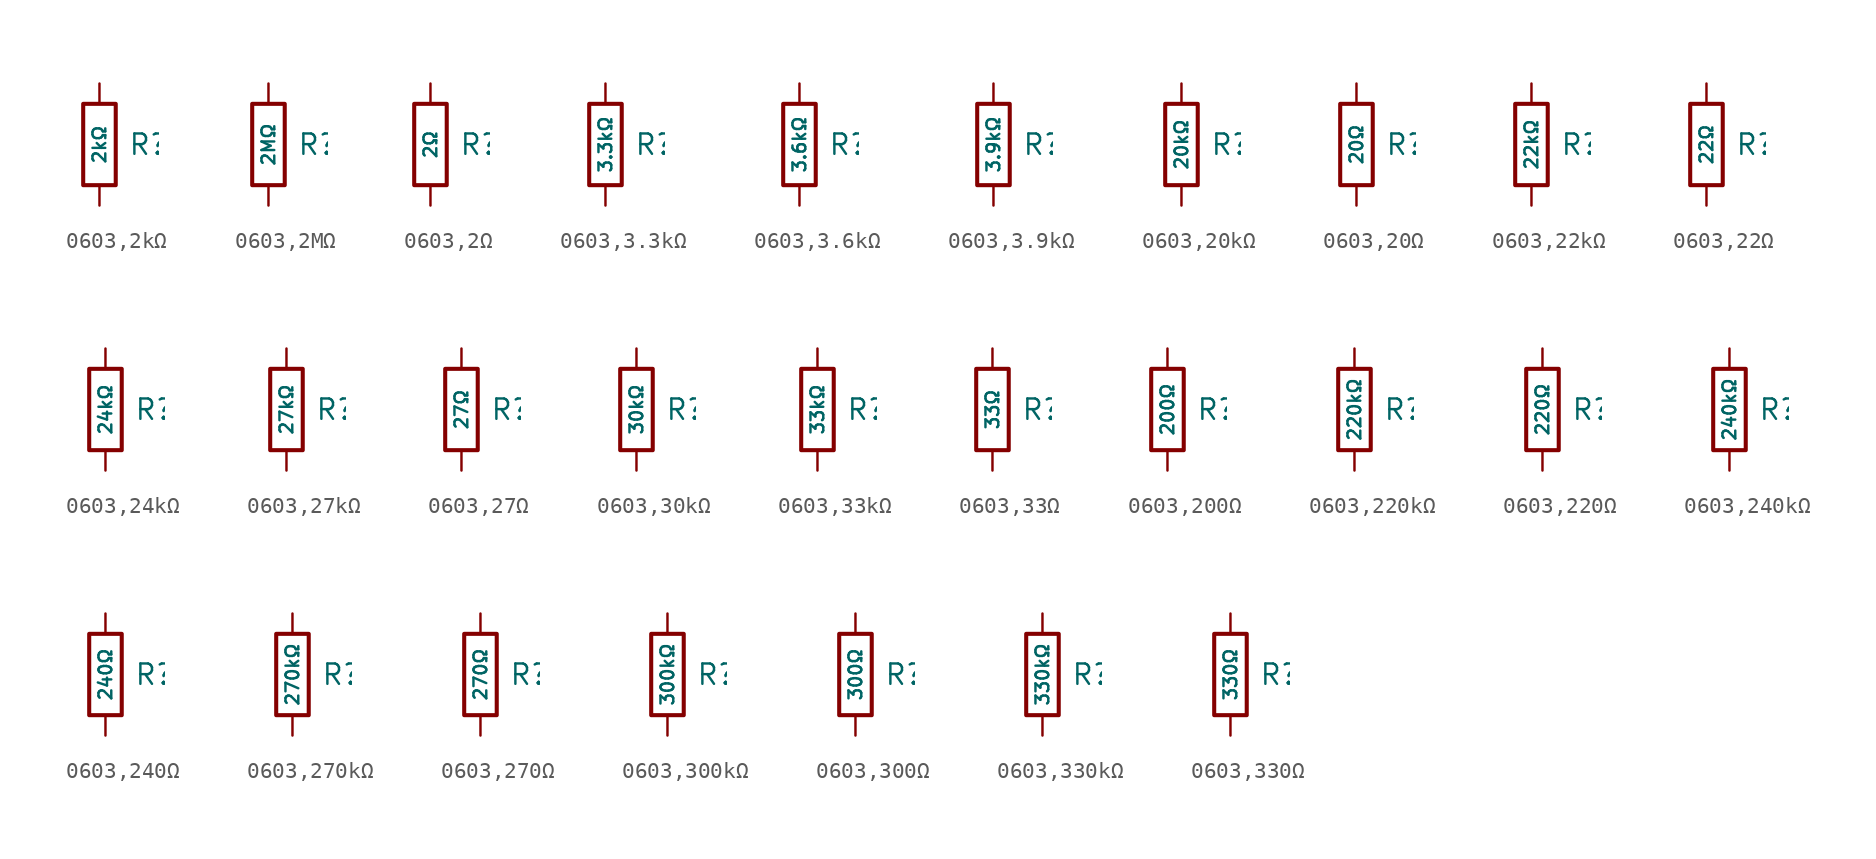
<source format=kicad_sym>
(kicad_symbol_lib
  (version 20231120)
  (generator "CDFER")
  (generator_version "8.0")
  (symbol "0603,2kΩ"
    (pin_numbers hide)
    (pin_names
      (offset 0))
    (property "Reference" "R"
      (at 1.778 0 0)
      (effects (font (size 1.27 1.27)) (justify left)))
    (property "Value" "2kΩ"
      (at 0 0 90)
      (do_not_autoplace)
      (effects (font (size 0.8 0.8))))
    (symbol "0603,2kΩ_0_1"
      (rectangle (start -1.016 2.54) (end 1.016 -2.54) (stroke (width 0.254) (type default)) (fill (type none))))
    (symbol "0603,2kΩ_1_1"
      (pin passive line (at 0 3.81 270) (length 1.27) (name "~" (effects (font (size 1.27 1.27)))) (number "1" (effects (font (size 1.27 1.27)))))
      (pin passive line (at 0 -3.81 90) (length 1.27) (name "~" (effects (font (size 1.27 1.27)))) (number "2" (effects (font (size 1.27 1.27)))))))
  (symbol "0603,2MΩ"
    (pin_numbers hide)
    (pin_names
      (offset 0))
    (property "Reference" "R"
      (at 1.778 0 0)
      (effects (font (size 1.27 1.27)) (justify left)))
    (property "Value" "2MΩ"
      (at 0 0 90)
      (do_not_autoplace)
      (effects (font (size 0.8 0.8))))
    (symbol "0603,2MΩ_0_1"
      (rectangle (start -1.016 2.54) (end 1.016 -2.54) (stroke (width 0.254) (type default)) (fill (type none))))
    (symbol "0603,2MΩ_1_1"
      (pin passive line (at 0 3.81 270) (length 1.27) (name "~" (effects (font (size 1.27 1.27)))) (number "1" (effects (font (size 1.27 1.27)))))
      (pin passive line (at 0 -3.81 90) (length 1.27) (name "~" (effects (font (size 1.27 1.27)))) (number "2" (effects (font (size 1.27 1.27)))))))
  (symbol "0603,2Ω"
    (pin_numbers hide)
    (pin_names
      (offset 0))
    (property "Reference" "R"
      (at 1.778 0 0)
      (effects (font (size 1.27 1.27)) (justify left)))
    (property "Value" "2Ω"
      (at 0 0 90)
      (do_not_autoplace)
      (effects (font (size 0.8 0.8))))
    (symbol "0603,2Ω_0_1"
      (rectangle (start -1.016 2.54) (end 1.016 -2.54) (stroke (width 0.254) (type default)) (fill (type none))))
    (symbol "0603,2Ω_1_1"
      (pin passive line (at 0 3.81 270) (length 1.27) (name "~" (effects (font (size 1.27 1.27)))) (number "1" (effects (font (size 1.27 1.27)))))
      (pin passive line (at 0 -3.81 90) (length 1.27) (name "~" (effects (font (size 1.27 1.27)))) (number "2" (effects (font (size 1.27 1.27)))))))
  (symbol "0603,3.3kΩ"
    (pin_numbers hide)
    (pin_names
      (offset 0))
    (property "Reference" "R"
      (at 1.778 0 0)
      (effects (font (size 1.27 1.27)) (justify left)))
    (property "Value" "3.3kΩ"
      (at 0 0 90)
      (do_not_autoplace)
      (effects (font (size 0.8 0.8))))
    (symbol "0603,3.3kΩ_0_1"
      (rectangle (start -1.016 2.54) (end 1.016 -2.54) (stroke (width 0.254) (type default)) (fill (type none))))
    (symbol "0603,3.3kΩ_1_1"
      (pin passive line (at 0 3.81 270) (length 1.27) (name "~" (effects (font (size 1.27 1.27)))) (number "1" (effects (font (size 1.27 1.27)))))
      (pin passive line (at 0 -3.81 90) (length 1.27) (name "~" (effects (font (size 1.27 1.27)))) (number "2" (effects (font (size 1.27 1.27)))))))
  (symbol "0603,3.6kΩ"
    (pin_numbers hide)
    (pin_names
      (offset 0))
    (property "Reference" "R"
      (at 1.778 0 0)
      (effects (font (size 1.27 1.27)) (justify left)))
    (property "Value" "3.6kΩ"
      (at 0 0 90)
      (do_not_autoplace)
      (effects (font (size 0.8 0.8))))
    (symbol "0603,3.6kΩ_0_1"
      (rectangle (start -1.016 2.54) (end 1.016 -2.54) (stroke (width 0.254) (type default)) (fill (type none))))
    (symbol "0603,3.6kΩ_1_1"
      (pin passive line (at 0 3.81 270) (length 1.27) (name "~" (effects (font (size 1.27 1.27)))) (number "1" (effects (font (size 1.27 1.27)))))
      (pin passive line (at 0 -3.81 90) (length 1.27) (name "~" (effects (font (size 1.27 1.27)))) (number "2" (effects (font (size 1.27 1.27)))))))
  (symbol "0603,3.9kΩ"
    (pin_numbers hide)
    (pin_names
      (offset 0))
    (property "Reference" "R"
      (at 1.778 0 0)
      (effects (font (size 1.27 1.27)) (justify left)))
    (property "Value" "3.9kΩ"
      (at 0 0 90)
      (do_not_autoplace)
      (effects (font (size 0.8 0.8))))
    (symbol "0603,3.9kΩ_0_1"
      (rectangle (start -1.016 2.54) (end 1.016 -2.54) (stroke (width 0.254) (type default)) (fill (type none))))
    (symbol "0603,3.9kΩ_1_1"
      (pin passive line (at 0 3.81 270) (length 1.27) (name "~" (effects (font (size 1.27 1.27)))) (number "1" (effects (font (size 1.27 1.27)))))
      (pin passive line (at 0 -3.81 90) (length 1.27) (name "~" (effects (font (size 1.27 1.27)))) (number "2" (effects (font (size 1.27 1.27)))))))
  (symbol "0603,20kΩ"
    (pin_numbers hide)
    (pin_names
      (offset 0))
    (property "Reference" "R"
      (at 1.778 0 0)
      (effects (font (size 1.27 1.27)) (justify left)))
    (property "Value" "20kΩ"
      (at 0 0 90)
      (do_not_autoplace)
      (effects (font (size 0.8 0.8))))
    (symbol "0603,20kΩ_0_1"
      (rectangle (start -1.016 2.54) (end 1.016 -2.54) (stroke (width 0.254) (type default)) (fill (type none))))
    (symbol "0603,20kΩ_1_1"
      (pin passive line (at 0 3.81 270) (length 1.27) (name "~" (effects (font (size 1.27 1.27)))) (number "1" (effects (font (size 1.27 1.27)))))
      (pin passive line (at 0 -3.81 90) (length 1.27) (name "~" (effects (font (size 1.27 1.27)))) (number "2" (effects (font (size 1.27 1.27)))))))
  (symbol "0603,20Ω"
    (pin_numbers hide)
    (pin_names
      (offset 0))
    (property "Reference" "R"
      (at 1.778 0 0)
      (effects (font (size 1.27 1.27)) (justify left)))
    (property "Value" "20Ω"
      (at 0 0 90)
      (do_not_autoplace)
      (effects (font (size 0.8 0.8))))
    (symbol "0603,20Ω_0_1"
      (rectangle (start -1.016 2.54) (end 1.016 -2.54) (stroke (width 0.254) (type default)) (fill (type none))))
    (symbol "0603,20Ω_1_1"
      (pin passive line (at 0 3.81 270) (length 1.27) (name "~" (effects (font (size 1.27 1.27)))) (number "1" (effects (font (size 1.27 1.27)))))
      (pin passive line (at 0 -3.81 90) (length 1.27) (name "~" (effects (font (size 1.27 1.27)))) (number "2" (effects (font (size 1.27 1.27)))))))
  (symbol "0603,22kΩ"
    (pin_numbers hide)
    (pin_names
      (offset 0))
    (property "Reference" "R"
      (at 1.778 0 0)
      (effects (font (size 1.27 1.27)) (justify left)))
    (property "Value" "22kΩ"
      (at 0 0 90)
      (do_not_autoplace)
      (effects (font (size 0.8 0.8))))
    (symbol "0603,22kΩ_0_1"
      (rectangle (start -1.016 2.54) (end 1.016 -2.54) (stroke (width 0.254) (type default)) (fill (type none))))
    (symbol "0603,22kΩ_1_1"
      (pin passive line (at 0 3.81 270) (length 1.27) (name "~" (effects (font (size 1.27 1.27)))) (number "1" (effects (font (size 1.27 1.27)))))
      (pin passive line (at 0 -3.81 90) (length 1.27) (name "~" (effects (font (size 1.27 1.27)))) (number "2" (effects (font (size 1.27 1.27)))))))
  (symbol "0603,22Ω"
    (pin_numbers hide)
    (pin_names
      (offset 0))
    (property "Reference" "R"
      (at 1.778 0 0)
      (effects (font (size 1.27 1.27)) (justify left)))
    (property "Value" "22Ω"
      (at 0 0 90)
      (do_not_autoplace)
      (effects (font (size 0.8 0.8))))
    (symbol "0603,22Ω_0_1"
      (rectangle (start -1.016 2.54) (end 1.016 -2.54) (stroke (width 0.254) (type default)) (fill (type none))))
    (symbol "0603,22Ω_1_1"
      (pin passive line (at 0 3.81 270) (length 1.27) (name "~" (effects (font (size 1.27 1.27)))) (number "1" (effects (font (size 1.27 1.27)))))
      (pin passive line (at 0 -3.81 90) (length 1.27) (name "~" (effects (font (size 1.27 1.27)))) (number "2" (effects (font (size 1.27 1.27)))))))
  (symbol "0603,24kΩ"
    (pin_numbers hide)
    (pin_names
      (offset 0))
    (property "Reference" "R"
      (at 1.778 0 0)
      (effects (font (size 1.27 1.27)) (justify left)))
    (property "Value" "24kΩ"
      (at 0 0 90)
      (do_not_autoplace)
      (effects (font (size 0.8 0.8))))
    (symbol "0603,24kΩ_0_1"
      (rectangle (start -1.016 2.54) (end 1.016 -2.54) (stroke (width 0.254) (type default)) (fill (type none))))
    (symbol "0603,24kΩ_1_1"
      (pin passive line (at 0 3.81 270) (length 1.27) (name "~" (effects (font (size 1.27 1.27)))) (number "1" (effects (font (size 1.27 1.27)))))
      (pin passive line (at 0 -3.81 90) (length 1.27) (name "~" (effects (font (size 1.27 1.27)))) (number "2" (effects (font (size 1.27 1.27)))))))
  (symbol "0603,27kΩ"
    (pin_numbers hide)
    (pin_names
      (offset 0))
    (property "Reference" "R"
      (at 1.778 0 0)
      (effects (font (size 1.27 1.27)) (justify left)))
    (property "Value" "27kΩ"
      (at 0 0 90)
      (do_not_autoplace)
      (effects (font (size 0.8 0.8))))
    (symbol "0603,27kΩ_0_1"
      (rectangle (start -1.016 2.54) (end 1.016 -2.54) (stroke (width 0.254) (type default)) (fill (type none))))
    (symbol "0603,27kΩ_1_1"
      (pin passive line (at 0 3.81 270) (length 1.27) (name "~" (effects (font (size 1.27 1.27)))) (number "1" (effects (font (size 1.27 1.27)))))
      (pin passive line (at 0 -3.81 90) (length 1.27) (name "~" (effects (font (size 1.27 1.27)))) (number "2" (effects (font (size 1.27 1.27)))))))
  (symbol "0603,27Ω"
    (pin_numbers hide)
    (pin_names
      (offset 0))
    (property "Reference" "R"
      (at 1.778 0 0)
      (effects (font (size 1.27 1.27)) (justify left)))
    (property "Value" "27Ω"
      (at 0 0 90)
      (do_not_autoplace)
      (effects (font (size 0.8 0.8))))
    (symbol "0603,27Ω_0_1"
      (rectangle (start -1.016 2.54) (end 1.016 -2.54) (stroke (width 0.254) (type default)) (fill (type none))))
    (symbol "0603,27Ω_1_1"
      (pin passive line (at 0 3.81 270) (length 1.27) (name "~" (effects (font (size 1.27 1.27)))) (number "1" (effects (font (size 1.27 1.27)))))
      (pin passive line (at 0 -3.81 90) (length 1.27) (name "~" (effects (font (size 1.27 1.27)))) (number "2" (effects (font (size 1.27 1.27)))))))
  (symbol "0603,30kΩ"
    (pin_numbers hide)
    (pin_names
      (offset 0))
    (property "Reference" "R"
      (at 1.778 0 0)
      (effects (font (size 1.27 1.27)) (justify left)))
    (property "Value" "30kΩ"
      (at 0 0 90)
      (do_not_autoplace)
      (effects (font (size 0.8 0.8))))
    (symbol "0603,30kΩ_0_1"
      (rectangle (start -1.016 2.54) (end 1.016 -2.54) (stroke (width 0.254) (type default)) (fill (type none))))
    (symbol "0603,30kΩ_1_1"
      (pin passive line (at 0 3.81 270) (length 1.27) (name "~" (effects (font (size 1.27 1.27)))) (number "1" (effects (font (size 1.27 1.27)))))
      (pin passive line (at 0 -3.81 90) (length 1.27) (name "~" (effects (font (size 1.27 1.27)))) (number "2" (effects (font (size 1.27 1.27)))))))
  (symbol "0603,33kΩ"
    (pin_numbers hide)
    (pin_names
      (offset 0))
    (property "Reference" "R"
      (at 1.778 0 0)
      (effects (font (size 1.27 1.27)) (justify left)))
    (property "Value" "33kΩ"
      (at 0 0 90)
      (do_not_autoplace)
      (effects (font (size 0.8 0.8))))
    (symbol "0603,33kΩ_0_1"
      (rectangle (start -1.016 2.54) (end 1.016 -2.54) (stroke (width 0.254) (type default)) (fill (type none))))
    (symbol "0603,33kΩ_1_1"
      (pin passive line (at 0 3.81 270) (length 1.27) (name "~" (effects (font (size 1.27 1.27)))) (number "1" (effects (font (size 1.27 1.27)))))
      (pin passive line (at 0 -3.81 90) (length 1.27) (name "~" (effects (font (size 1.27 1.27)))) (number "2" (effects (font (size 1.27 1.27)))))))
  (symbol "0603,33Ω"
    (pin_numbers hide)
    (pin_names
      (offset 0))
    (property "Reference" "R"
      (at 1.778 0 0)
      (effects (font (size 1.27 1.27)) (justify left)))
    (property "Value" "33Ω"
      (at 0 0 90)
      (do_not_autoplace)
      (effects (font (size 0.8 0.8))))
    (symbol "0603,33Ω_0_1"
      (rectangle (start -1.016 2.54) (end 1.016 -2.54) (stroke (width 0.254) (type default)) (fill (type none))))
    (symbol "0603,33Ω_1_1"
      (pin passive line (at 0 3.81 270) (length 1.27) (name "~" (effects (font (size 1.27 1.27)))) (number "1" (effects (font (size 1.27 1.27)))))
      (pin passive line (at 0 -3.81 90) (length 1.27) (name "~" (effects (font (size 1.27 1.27)))) (number "2" (effects (font (size 1.27 1.27)))))))
  (symbol "0603,200Ω"
    (pin_numbers hide)
    (pin_names
      (offset 0))
    (property "Reference" "R"
      (at 1.778 0 0)
      (effects (font (size 1.27 1.27)) (justify left)))
    (property "Value" "200Ω"
      (at 0 0 90)
      (do_not_autoplace)
      (effects (font (size 0.8 0.8))))
    (symbol "0603,200Ω_0_1"
      (rectangle (start -1.016 2.54) (end 1.016 -2.54) (stroke (width 0.254) (type default)) (fill (type none))))
    (symbol "0603,200Ω_1_1"
      (pin passive line (at 0 3.81 270) (length 1.27) (name "~" (effects (font (size 1.27 1.27)))) (number "1" (effects (font (size 1.27 1.27)))))
      (pin passive line (at 0 -3.81 90) (length 1.27) (name "~" (effects (font (size 1.27 1.27)))) (number "2" (effects (font (size 1.27 1.27)))))))
  (symbol "0603,220kΩ"
    (pin_numbers hide)
    (pin_names
      (offset 0))
    (property "Reference" "R"
      (at 1.778 0 0)
      (effects (font (size 1.27 1.27)) (justify left)))
    (property "Value" "220kΩ"
      (at 0 0 90)
      (do_not_autoplace)
      (effects (font (size 0.8 0.8))))
    (symbol "0603,220kΩ_0_1"
      (rectangle (start -1.016 2.54) (end 1.016 -2.54) (stroke (width 0.254) (type default)) (fill (type none))))
    (symbol "0603,220kΩ_1_1"
      (pin passive line (at 0 3.81 270) (length 1.27) (name "~" (effects (font (size 1.27 1.27)))) (number "1" (effects (font (size 1.27 1.27)))))
      (pin passive line (at 0 -3.81 90) (length 1.27) (name "~" (effects (font (size 1.27 1.27)))) (number "2" (effects (font (size 1.27 1.27)))))))
  (symbol "0603,220Ω"
    (pin_numbers hide)
    (pin_names
      (offset 0))
    (property "Reference" "R"
      (at 1.778 0 0)
      (effects (font (size 1.27 1.27)) (justify left)))
    (property "Value" "220Ω"
      (at 0 0 90)
      (do_not_autoplace)
      (effects (font (size 0.8 0.8))))
    (symbol "0603,220Ω_0_1"
      (rectangle (start -1.016 2.54) (end 1.016 -2.54) (stroke (width 0.254) (type default)) (fill (type none))))
    (symbol "0603,220Ω_1_1"
      (pin passive line (at 0 3.81 270) (length 1.27) (name "~" (effects (font (size 1.27 1.27)))) (number "1" (effects (font (size 1.27 1.27)))))
      (pin passive line (at 0 -3.81 90) (length 1.27) (name "~" (effects (font (size 1.27 1.27)))) (number "2" (effects (font (size 1.27 1.27)))))))
  (symbol "0603,240kΩ"
    (pin_numbers hide)
    (pin_names
      (offset 0))
    (property "Reference" "R"
      (at 1.778 0 0)
      (effects (font (size 1.27 1.27)) (justify left)))
    (property "Value" "240kΩ"
      (at 0 0 90)
      (do_not_autoplace)
      (effects (font (size 0.8 0.8))))
    (symbol "0603,240kΩ_0_1"
      (rectangle (start -1.016 2.54) (end 1.016 -2.54) (stroke (width 0.254) (type default)) (fill (type none))))
    (symbol "0603,240kΩ_1_1"
      (pin passive line (at 0 3.81 270) (length 1.27) (name "~" (effects (font (size 1.27 1.27)))) (number "1" (effects (font (size 1.27 1.27)))))
      (pin passive line (at 0 -3.81 90) (length 1.27) (name "~" (effects (font (size 1.27 1.27)))) (number "2" (effects (font (size 1.27 1.27)))))))
  (symbol "0603,240Ω"
    (pin_numbers hide)
    (pin_names
      (offset 0))
    (property "Reference" "R"
      (at 1.778 0 0)
      (effects (font (size 1.27 1.27)) (justify left)))
    (property "Value" "240Ω"
      (at 0 0 90)
      (do_not_autoplace)
      (effects (font (size 0.8 0.8))))
    (symbol "0603,240Ω_0_1"
      (rectangle (start -1.016 2.54) (end 1.016 -2.54) (stroke (width 0.254) (type default)) (fill (type none))))
    (symbol "0603,240Ω_1_1"
      (pin passive line (at 0 3.81 270) (length 1.27) (name "~" (effects (font (size 1.27 1.27)))) (number "1" (effects (font (size 1.27 1.27)))))
      (pin passive line (at 0 -3.81 90) (length 1.27) (name "~" (effects (font (size 1.27 1.27)))) (number "2" (effects (font (size 1.27 1.27)))))))
  (symbol "0603,270kΩ"
    (pin_numbers hide)
    (pin_names
      (offset 0))
    (property "Reference" "R"
      (at 1.778 0 0)
      (effects (font (size 1.27 1.27)) (justify left)))
    (property "Value" "270kΩ"
      (at 0 0 90)
      (do_not_autoplace)
      (effects (font (size 0.8 0.8))))
    (symbol "0603,270kΩ_0_1"
      (rectangle (start -1.016 2.54) (end 1.016 -2.54) (stroke (width 0.254) (type default)) (fill (type none))))
    (symbol "0603,270kΩ_1_1"
      (pin passive line (at 0 3.81 270) (length 1.27) (name "~" (effects (font (size 1.27 1.27)))) (number "1" (effects (font (size 1.27 1.27)))))
      (pin passive line (at 0 -3.81 90) (length 1.27) (name "~" (effects (font (size 1.27 1.27)))) (number "2" (effects (font (size 1.27 1.27)))))))
  (symbol "0603,270Ω"
    (pin_numbers hide)
    (pin_names
      (offset 0))
    (property "Reference" "R"
      (at 1.778 0 0)
      (effects (font (size 1.27 1.27)) (justify left)))
    (property "Value" "270Ω"
      (at 0 0 90)
      (do_not_autoplace)
      (effects (font (size 0.8 0.8))))
    (symbol "0603,270Ω_0_1"
      (rectangle (start -1.016 2.54) (end 1.016 -2.54) (stroke (width 0.254) (type default)) (fill (type none))))
    (symbol "0603,270Ω_1_1"
      (pin passive line (at 0 3.81 270) (length 1.27) (name "~" (effects (font (size 1.27 1.27)))) (number "1" (effects (font (size 1.27 1.27)))))
      (pin passive line (at 0 -3.81 90) (length 1.27) (name "~" (effects (font (size 1.27 1.27)))) (number "2" (effects (font (size 1.27 1.27)))))))
  (symbol "0603,300kΩ"
    (pin_numbers hide)
    (pin_names
      (offset 0))
    (property "Reference" "R"
      (at 1.778 0 0)
      (effects (font (size 1.27 1.27)) (justify left)))
    (property "Value" "300kΩ"
      (at 0 0 90)
      (do_not_autoplace)
      (effects (font (size 0.8 0.8))))
    (symbol "0603,300kΩ_0_1"
      (rectangle (start -1.016 2.54) (end 1.016 -2.54) (stroke (width 0.254) (type default)) (fill (type none))))
    (symbol "0603,300kΩ_1_1"
      (pin passive line (at 0 3.81 270) (length 1.27) (name "~" (effects (font (size 1.27 1.27)))) (number "1" (effects (font (size 1.27 1.27)))))
      (pin passive line (at 0 -3.81 90) (length 1.27) (name "~" (effects (font (size 1.27 1.27)))) (number "2" (effects (font (size 1.27 1.27)))))))
  (symbol "0603,300Ω"
    (pin_numbers hide)
    (pin_names
      (offset 0))
    (property "Reference" "R"
      (at 1.778 0 0)
      (effects (font (size 1.27 1.27)) (justify left)))
    (property "Value" "300Ω"
      (at 0 0 90)
      (do_not_autoplace)
      (effects (font (size 0.8 0.8))))
    (symbol "0603,300Ω_0_1"
      (rectangle (start -1.016 2.54) (end 1.016 -2.54) (stroke (width 0.254) (type default)) (fill (type none))))
    (symbol "0603,300Ω_1_1"
      (pin passive line (at 0 3.81 270) (length 1.27) (name "~" (effects (font (size 1.27 1.27)))) (number "1" (effects (font (size 1.27 1.27)))))
      (pin passive line (at 0 -3.81 90) (length 1.27) (name "~" (effects (font (size 1.27 1.27)))) (number "2" (effects (font (size 1.27 1.27)))))))
  (symbol "0603,330kΩ"
    (pin_numbers hide)
    (pin_names
      (offset 0))
    (property "Reference" "R"
      (at 1.778 0 0)
      (effects (font (size 1.27 1.27)) (justify left)))
    (property "Value" "330kΩ"
      (at 0 0 90)
      (do_not_autoplace)
      (effects (font (size 0.8 0.8))))
    (symbol "0603,330kΩ_0_1"
      (rectangle (start -1.016 2.54) (end 1.016 -2.54) (stroke (width 0.254) (type default)) (fill (type none))))
    (symbol "0603,330kΩ_1_1"
      (pin passive line (at 0 3.81 270) (length 1.27) (name "~" (effects (font (size 1.27 1.27)))) (number "1" (effects (font (size 1.27 1.27)))))
      (pin passive line (at 0 -3.81 90) (length 1.27) (name "~" (effects (font (size 1.27 1.27)))) (number "2" (effects (font (size 1.27 1.27)))))))
  (symbol "0603,330Ω"
    (pin_numbers hide)
    (pin_names
      (offset 0))
    (property "Reference" "R"
      (at 1.778 0 0)
      (effects (font (size 1.27 1.27)) (justify left)))
    (property "Value" "330Ω"
      (at 0 0 90)
      (do_not_autoplace)
      (effects (font (size 0.8 0.8))))
    (symbol "0603,330Ω_0_1"
      (rectangle (start -1.016 2.54) (end 1.016 -2.54) (stroke (width 0.254) (type default)) (fill (type none))))
    (symbol "0603,330Ω_1_1"
      (pin passive line (at 0 3.81 270) (length 1.27) (name "~" (effects (font (size 1.27 1.27)))) (number "1" (effects (font (size 1.27 1.27)))))
      (pin passive line (at 0 -3.81 90) (length 1.27) (name "~" (effects (font (size 1.27 1.27)))) (number "2" (effects (font (size 1.27 1.27))))))))
</source>
